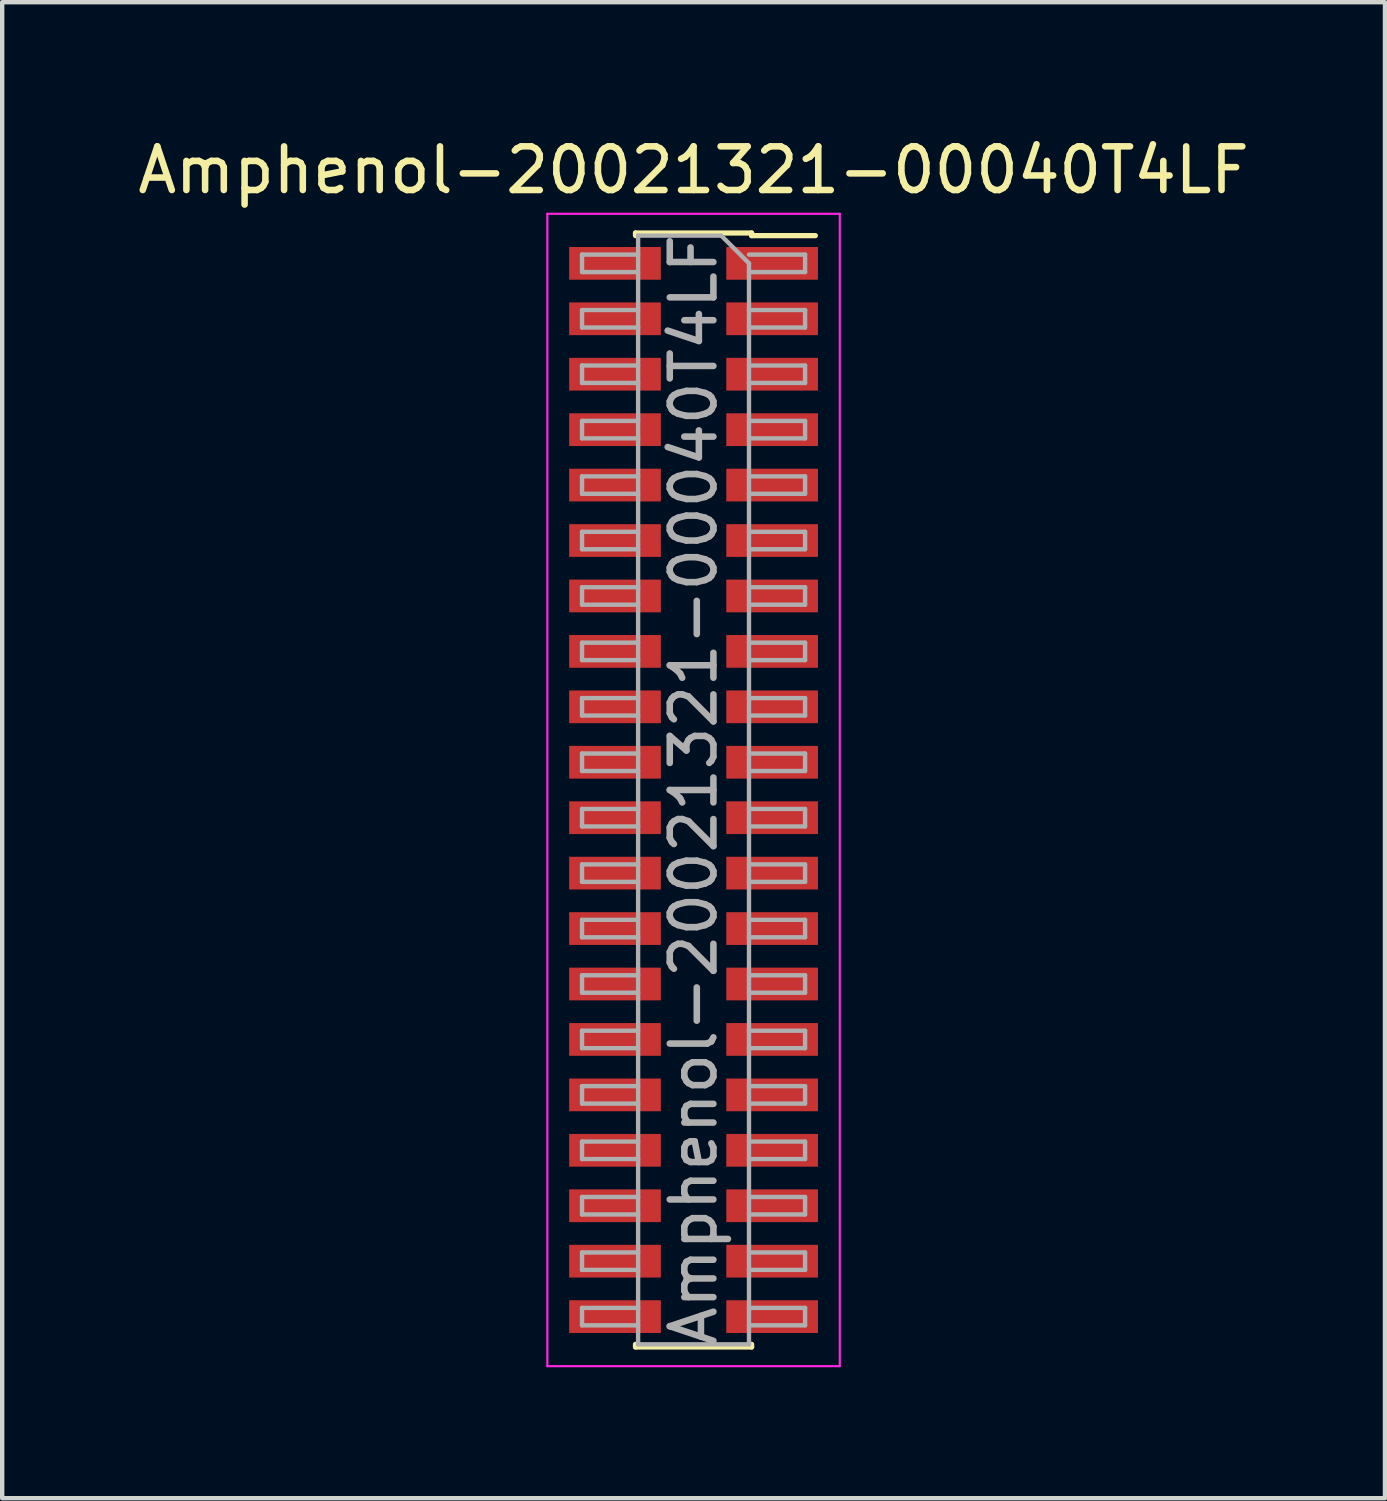
<source format=kicad_pcb>
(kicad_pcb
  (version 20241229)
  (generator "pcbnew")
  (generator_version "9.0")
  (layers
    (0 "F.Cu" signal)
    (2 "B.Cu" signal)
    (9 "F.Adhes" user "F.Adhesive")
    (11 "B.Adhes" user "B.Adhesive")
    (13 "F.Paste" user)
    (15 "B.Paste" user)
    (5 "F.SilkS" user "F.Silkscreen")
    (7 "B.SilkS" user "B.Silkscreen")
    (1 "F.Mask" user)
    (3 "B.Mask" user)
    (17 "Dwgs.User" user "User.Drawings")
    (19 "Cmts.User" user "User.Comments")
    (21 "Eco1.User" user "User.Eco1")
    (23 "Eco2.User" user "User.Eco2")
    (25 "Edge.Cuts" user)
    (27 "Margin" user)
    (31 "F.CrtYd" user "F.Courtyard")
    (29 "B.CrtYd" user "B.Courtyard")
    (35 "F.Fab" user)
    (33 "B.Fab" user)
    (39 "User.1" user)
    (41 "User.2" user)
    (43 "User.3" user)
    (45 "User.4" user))
  (footprint "Amphenol-20021321-00040T4LF"
    (layer "F.Cu")
    (at 12.839 15.048)
    (property "Reference" "Amphenol-20021321-00040T4LF" (at 0 -14.2 0) (layer "F.SilkS") (effects (font (size 1 1) (thickness 0.15))))
    (attr smd)
    (fp_line (start -1.33 -12.76) (end -1.33 -12.7) (stroke (width 0.12) (type solid)) (layer "F.SilkS"))
    (fp_line (start -1.33 -12.76) (end 1.33 -12.76) (stroke (width 0.12) (type solid)) (layer "F.SilkS"))
    (fp_line (start -1.33 12.7) (end -1.33 12.76) (stroke (width 0.12) (type solid)) (layer "F.SilkS"))
    (fp_line (start -1.33 12.76) (end 1.33 12.76) (stroke (width 0.12) (type solid)) (layer "F.SilkS"))
    (fp_line (start 1.33 -12.76) (end 1.33 -12.7) (stroke (width 0.12) (type solid)) (layer "F.SilkS"))
    (fp_line (start 1.33 -12.7) (end 2.79 -12.7) (stroke (width 0.12) (type solid)) (layer "F.SilkS"))
    (fp_line (start 1.33 12.7) (end 1.33 12.76) (stroke (width 0.12) (type solid)) (layer "F.SilkS"))
    (fp_line (start -3.35 -13.2) (end 3.35 -13.2) (stroke (width 0.05) (type solid)) (layer "F.CrtYd"))
    (fp_line (start -3.35 13.2) (end -3.35 -13.2) (stroke (width 0.05) (type solid)) (layer "F.CrtYd"))
    (fp_line (start 3.35 -13.2) (end 3.35 13.2) (stroke (width 0.05) (type solid)) (layer "F.CrtYd"))
    (fp_line (start 3.35 13.2) (end -3.35 13.2) (stroke (width 0.05) (type solid)) (layer "F.CrtYd"))
    (fp_line (start -2.555 -12.265) (end -1.27 -12.265) (stroke (width 0.1) (type solid)) (layer "F.Fab"))
    (fp_line (start -2.555 -11.865) (end -2.555 -12.265) (stroke (width 0.1) (type solid)) (layer "F.Fab"))
    (fp_line (start -2.555 -10.995) (end -1.27 -10.995) (stroke (width 0.1) (type solid)) (layer "F.Fab"))
    (fp_line (start -2.555 -10.595) (end -2.555 -10.995) (stroke (width 0.1) (type solid)) (layer "F.Fab"))
    (fp_line (start -2.555 -9.725) (end -1.27 -9.725) (stroke (width 0.1) (type solid)) (layer "F.Fab"))
    (fp_line (start -2.555 -9.325) (end -2.555 -9.725) (stroke (width 0.1) (type solid)) (layer "F.Fab"))
    (fp_line (start -2.555 -8.455) (end -1.27 -8.455) (stroke (width 0.1) (type solid)) (layer "F.Fab"))
    (fp_line (start -2.555 -8.055) (end -2.555 -8.455) (stroke (width 0.1) (type solid)) (layer "F.Fab"))
    (fp_line (start -2.555 -7.185) (end -1.27 -7.185) (stroke (width 0.1) (type solid)) (layer "F.Fab"))
    (fp_line (start -2.555 -6.785) (end -2.555 -7.185) (stroke (width 0.1) (type solid)) (layer "F.Fab"))
    (fp_line (start -2.555 -5.915) (end -1.27 -5.915) (stroke (width 0.1) (type solid)) (layer "F.Fab"))
    (fp_line (start -2.555 -5.515) (end -2.555 -5.915) (stroke (width 0.1) (type solid)) (layer "F.Fab"))
    (fp_line (start -2.555 -4.645) (end -1.27 -4.645) (stroke (width 0.1) (type solid)) (layer "F.Fab"))
    (fp_line (start -2.555 -4.245) (end -2.555 -4.645) (stroke (width 0.1) (type solid)) (layer "F.Fab"))
    (fp_line (start -2.555 -3.375) (end -1.27 -3.375) (stroke (width 0.1) (type solid)) (layer "F.Fab"))
    (fp_line (start -2.555 -2.975) (end -2.555 -3.375) (stroke (width 0.1) (type solid)) (layer "F.Fab"))
    (fp_line (start -2.555 -2.105) (end -1.27 -2.105) (stroke (width 0.1) (type solid)) (layer "F.Fab"))
    (fp_line (start -2.555 -1.705) (end -2.555 -2.105) (stroke (width 0.1) (type solid)) (layer "F.Fab"))
    (fp_line (start -2.555 -0.835) (end -1.27 -0.835) (stroke (width 0.1) (type solid)) (layer "F.Fab"))
    (fp_line (start -2.555 -0.435) (end -2.555 -0.835) (stroke (width 0.1) (type solid)) (layer "F.Fab"))
    (fp_line (start -2.555 0.435) (end -1.27 0.435) (stroke (width 0.1) (type solid)) (layer "F.Fab"))
    (fp_line (start -2.555 0.835) (end -2.555 0.435) (stroke (width 0.1) (type solid)) (layer "F.Fab"))
    (fp_line (start -2.555 1.705) (end -1.27 1.705) (stroke (width 0.1) (type solid)) (layer "F.Fab"))
    (fp_line (start -2.555 2.105) (end -2.555 1.705) (stroke (width 0.1) (type solid)) (layer "F.Fab"))
    (fp_line (start -2.555 2.975) (end -1.27 2.975) (stroke (width 0.1) (type solid)) (layer "F.Fab"))
    (fp_line (start -2.555 3.375) (end -2.555 2.975) (stroke (width 0.1) (type solid)) (layer "F.Fab"))
    (fp_line (start -2.555 4.245) (end -1.27 4.245) (stroke (width 0.1) (type solid)) (layer "F.Fab"))
    (fp_line (start -2.555 4.645) (end -2.555 4.245) (stroke (width 0.1) (type solid)) (layer "F.Fab"))
    (fp_line (start -2.555 5.515) (end -1.27 5.515) (stroke (width 0.1) (type solid)) (layer "F.Fab"))
    (fp_line (start -2.555 5.915) (end -2.555 5.515) (stroke (width 0.1) (type solid)) (layer "F.Fab"))
    (fp_line (start -2.555 6.785) (end -1.27 6.785) (stroke (width 0.1) (type solid)) (layer "F.Fab"))
    (fp_line (start -2.555 7.185) (end -2.555 6.785) (stroke (width 0.1) (type solid)) (layer "F.Fab"))
    (fp_line (start -2.555 8.055) (end -1.27 8.055) (stroke (width 0.1) (type solid)) (layer "F.Fab"))
    (fp_line (start -2.555 8.455) (end -2.555 8.055) (stroke (width 0.1) (type solid)) (layer "F.Fab"))
    (fp_line (start -2.555 9.325) (end -1.27 9.325) (stroke (width 0.1) (type solid)) (layer "F.Fab"))
    (fp_line (start -2.555 9.725) (end -2.555 9.325) (stroke (width 0.1) (type solid)) (layer "F.Fab"))
    (fp_line (start -2.555 10.595) (end -1.27 10.595) (stroke (width 0.1) (type solid)) (layer "F.Fab"))
    (fp_line (start -2.555 10.995) (end -2.555 10.595) (stroke (width 0.1) (type solid)) (layer "F.Fab"))
    (fp_line (start -2.555 11.865) (end -1.27 11.865) (stroke (width 0.1) (type solid)) (layer "F.Fab"))
    (fp_line (start -2.555 12.265) (end -2.555 11.865) (stroke (width 0.1) (type solid)) (layer "F.Fab"))
    (fp_line (start -1.27 -12.7) (end 0.635 -12.7) (stroke (width 0.1) (type solid)) (layer "F.Fab"))
    (fp_line (start -1.27 -11.865) (end -2.555 -11.865) (stroke (width 0.1) (type solid)) (layer "F.Fab"))
    (fp_line (start -1.27 -10.595) (end -2.555 -10.595) (stroke (width 0.1) (type solid)) (layer "F.Fab"))
    (fp_line (start -1.27 -9.325) (end -2.555 -9.325) (stroke (width 0.1) (type solid)) (layer "F.Fab"))
    (fp_line (start -1.27 -8.055) (end -2.555 -8.055) (stroke (width 0.1) (type solid)) (layer "F.Fab"))
    (fp_line (start -1.27 -6.785) (end -2.555 -6.785) (stroke (width 0.1) (type solid)) (layer "F.Fab"))
    (fp_line (start -1.27 -5.515) (end -2.555 -5.515) (stroke (width 0.1) (type solid)) (layer "F.Fab"))
    (fp_line (start -1.27 -4.245) (end -2.555 -4.245) (stroke (width 0.1) (type solid)) (layer "F.Fab"))
    (fp_line (start -1.27 -2.975) (end -2.555 -2.975) (stroke (width 0.1) (type solid)) (layer "F.Fab"))
    (fp_line (start -1.27 -1.705) (end -2.555 -1.705) (stroke (width 0.1) (type solid)) (layer "F.Fab"))
    (fp_line (start -1.27 -0.435) (end -2.555 -0.435) (stroke (width 0.1) (type solid)) (layer "F.Fab"))
    (fp_line (start -1.27 0.835) (end -2.555 0.835) (stroke (width 0.1) (type solid)) (layer "F.Fab"))
    (fp_line (start -1.27 2.105) (end -2.555 2.105) (stroke (width 0.1) (type solid)) (layer "F.Fab"))
    (fp_line (start -1.27 3.375) (end -2.555 3.375) (stroke (width 0.1) (type solid)) (layer "F.Fab"))
    (fp_line (start -1.27 4.645) (end -2.555 4.645) (stroke (width 0.1) (type solid)) (layer "F.Fab"))
    (fp_line (start -1.27 5.915) (end -2.555 5.915) (stroke (width 0.1) (type solid)) (layer "F.Fab"))
    (fp_line (start -1.27 7.185) (end -2.555 7.185) (stroke (width 0.1) (type solid)) (layer "F.Fab"))
    (fp_line (start -1.27 8.455) (end -2.555 8.455) (stroke (width 0.1) (type solid)) (layer "F.Fab"))
    (fp_line (start -1.27 9.725) (end -2.555 9.725) (stroke (width 0.1) (type solid)) (layer "F.Fab"))
    (fp_line (start -1.27 10.995) (end -2.555 10.995) (stroke (width 0.1) (type solid)) (layer "F.Fab"))
    (fp_line (start -1.27 12.265) (end -2.555 12.265) (stroke (width 0.1) (type solid)) (layer "F.Fab"))
    (fp_line (start -1.27 12.7) (end -1.27 -12.7) (stroke (width 0.1) (type solid)) (layer "F.Fab"))
    (fp_line (start 0.635 -12.7) (end 1.27 -12.065) (stroke (width 0.1) (type solid)) (layer "F.Fab"))
    (fp_line (start 1.27 -12.265) (end 2.555 -12.265) (stroke (width 0.1) (type solid)) (layer "F.Fab"))
    (fp_line (start 1.27 -12.065) (end 1.27 12.7) (stroke (width 0.1) (type solid)) (layer "F.Fab"))
    (fp_line (start 1.27 -10.995) (end 2.555 -10.995) (stroke (width 0.1) (type solid)) (layer "F.Fab"))
    (fp_line (start 1.27 -9.725) (end 2.555 -9.725) (stroke (width 0.1) (type solid)) (layer "F.Fab"))
    (fp_line (start 1.27 -8.455) (end 2.555 -8.455) (stroke (width 0.1) (type solid)) (layer "F.Fab"))
    (fp_line (start 1.27 -7.185) (end 2.555 -7.185) (stroke (width 0.1) (type solid)) (layer "F.Fab"))
    (fp_line (start 1.27 -5.915) (end 2.555 -5.915) (stroke (width 0.1) (type solid)) (layer "F.Fab"))
    (fp_line (start 1.27 -4.645) (end 2.555 -4.645) (stroke (width 0.1) (type solid)) (layer "F.Fab"))
    (fp_line (start 1.27 -3.375) (end 2.555 -3.375) (stroke (width 0.1) (type solid)) (layer "F.Fab"))
    (fp_line (start 1.27 -2.105) (end 2.555 -2.105) (stroke (width 0.1) (type solid)) (layer "F.Fab"))
    (fp_line (start 1.27 -0.835) (end 2.555 -0.835) (stroke (width 0.1) (type solid)) (layer "F.Fab"))
    (fp_line (start 1.27 0.435) (end 2.555 0.435) (stroke (width 0.1) (type solid)) (layer "F.Fab"))
    (fp_line (start 1.27 1.705) (end 2.555 1.705) (stroke (width 0.1) (type solid)) (layer "F.Fab"))
    (fp_line (start 1.27 2.975) (end 2.555 2.975) (stroke (width 0.1) (type solid)) (layer "F.Fab"))
    (fp_line (start 1.27 4.245) (end 2.555 4.245) (stroke (width 0.1) (type solid)) (layer "F.Fab"))
    (fp_line (start 1.27 5.515) (end 2.555 5.515) (stroke (width 0.1) (type solid)) (layer "F.Fab"))
    (fp_line (start 1.27 6.785) (end 2.555 6.785) (stroke (width 0.1) (type solid)) (layer "F.Fab"))
    (fp_line (start 1.27 8.055) (end 2.555 8.055) (stroke (width 0.1) (type solid)) (layer "F.Fab"))
    (fp_line (start 1.27 9.325) (end 2.555 9.325) (stroke (width 0.1) (type solid)) (layer "F.Fab"))
    (fp_line (start 1.27 10.595) (end 2.555 10.595) (stroke (width 0.1) (type solid)) (layer "F.Fab"))
    (fp_line (start 1.27 11.865) (end 2.555 11.865) (stroke (width 0.1) (type solid)) (layer "F.Fab"))
    (fp_line (start 1.27 12.7) (end -1.27 12.7) (stroke (width 0.1) (type solid)) (layer "F.Fab"))
    (fp_line (start 2.555 -12.265) (end 2.555 -11.865) (stroke (width 0.1) (type solid)) (layer "F.Fab"))
    (fp_line (start 2.555 -11.865) (end 1.27 -11.865) (stroke (width 0.1) (type solid)) (layer "F.Fab"))
    (fp_line (start 2.555 -10.995) (end 2.555 -10.595) (stroke (width 0.1) (type solid)) (layer "F.Fab"))
    (fp_line (start 2.555 -10.595) (end 1.27 -10.595) (stroke (width 0.1) (type solid)) (layer "F.Fab"))
    (fp_line (start 2.555 -9.725) (end 2.555 -9.325) (stroke (width 0.1) (type solid)) (layer "F.Fab"))
    (fp_line (start 2.555 -9.325) (end 1.27 -9.325) (stroke (width 0.1) (type solid)) (layer "F.Fab"))
    (fp_line (start 2.555 -8.455) (end 2.555 -8.055) (stroke (width 0.1) (type solid)) (layer "F.Fab"))
    (fp_line (start 2.555 -8.055) (end 1.27 -8.055) (stroke (width 0.1) (type solid)) (layer "F.Fab"))
    (fp_line (start 2.555 -7.185) (end 2.555 -6.785) (stroke (width 0.1) (type solid)) (layer "F.Fab"))
    (fp_line (start 2.555 -6.785) (end 1.27 -6.785) (stroke (width 0.1) (type solid)) (layer "F.Fab"))
    (fp_line (start 2.555 -5.915) (end 2.555 -5.515) (stroke (width 0.1) (type solid)) (layer "F.Fab"))
    (fp_line (start 2.555 -5.515) (end 1.27 -5.515) (stroke (width 0.1) (type solid)) (layer "F.Fab"))
    (fp_line (start 2.555 -4.645) (end 2.555 -4.245) (stroke (width 0.1) (type solid)) (layer "F.Fab"))
    (fp_line (start 2.555 -4.245) (end 1.27 -4.245) (stroke (width 0.1) (type solid)) (layer "F.Fab"))
    (fp_line (start 2.555 -3.375) (end 2.555 -2.975) (stroke (width 0.1) (type solid)) (layer "F.Fab"))
    (fp_line (start 2.555 -2.975) (end 1.27 -2.975) (stroke (width 0.1) (type solid)) (layer "F.Fab"))
    (fp_line (start 2.555 -2.105) (end 2.555 -1.705) (stroke (width 0.1) (type solid)) (layer "F.Fab"))
    (fp_line (start 2.555 -1.705) (end 1.27 -1.705) (stroke (width 0.1) (type solid)) (layer "F.Fab"))
    (fp_line (start 2.555 -0.835) (end 2.555 -0.435) (stroke (width 0.1) (type solid)) (layer "F.Fab"))
    (fp_line (start 2.555 -0.435) (end 1.27 -0.435) (stroke (width 0.1) (type solid)) (layer "F.Fab"))
    (fp_line (start 2.555 0.435) (end 2.555 0.835) (stroke (width 0.1) (type solid)) (layer "F.Fab"))
    (fp_line (start 2.555 0.835) (end 1.27 0.835) (stroke (width 0.1) (type solid)) (layer "F.Fab"))
    (fp_line (start 2.555 1.705) (end 2.555 2.105) (stroke (width 0.1) (type solid)) (layer "F.Fab"))
    (fp_line (start 2.555 2.105) (end 1.27 2.105) (stroke (width 0.1) (type solid)) (layer "F.Fab"))
    (fp_line (start 2.555 2.975) (end 2.555 3.375) (stroke (width 0.1) (type solid)) (layer "F.Fab"))
    (fp_line (start 2.555 3.375) (end 1.27 3.375) (stroke (width 0.1) (type solid)) (layer "F.Fab"))
    (fp_line (start 2.555 4.245) (end 2.555 4.645) (stroke (width 0.1) (type solid)) (layer "F.Fab"))
    (fp_line (start 2.555 4.645) (end 1.27 4.645) (stroke (width 0.1) (type solid)) (layer "F.Fab"))
    (fp_line (start 2.555 5.515) (end 2.555 5.915) (stroke (width 0.1) (type solid)) (layer "F.Fab"))
    (fp_line (start 2.555 5.915) (end 1.27 5.915) (stroke (width 0.1) (type solid)) (layer "F.Fab"))
    (fp_line (start 2.555 6.785) (end 2.555 7.185) (stroke (width 0.1) (type solid)) (layer "F.Fab"))
    (fp_line (start 2.555 7.185) (end 1.27 7.185) (stroke (width 0.1) (type solid)) (layer "F.Fab"))
    (fp_line (start 2.555 8.055) (end 2.555 8.455) (stroke (width 0.1) (type solid)) (layer "F.Fab"))
    (fp_line (start 2.555 8.455) (end 1.27 8.455) (stroke (width 0.1) (type solid)) (layer "F.Fab"))
    (fp_line (start 2.555 9.325) (end 2.555 9.725) (stroke (width 0.1) (type solid)) (layer "F.Fab"))
    (fp_line (start 2.555 9.725) (end 1.27 9.725) (stroke (width 0.1) (type solid)) (layer "F.Fab"))
    (fp_line (start 2.555 10.595) (end 2.555 10.995) (stroke (width 0.1) (type solid)) (layer "F.Fab"))
    (fp_line (start 2.555 10.995) (end 1.27 10.995) (stroke (width 0.1) (type solid)) (layer "F.Fab"))
    (fp_line (start 2.555 11.865) (end 2.555 12.265) (stroke (width 0.1) (type solid)) (layer "F.Fab"))
    (fp_line (start 2.555 12.265) (end 1.27 12.265) (stroke (width 0.1) (type solid)) (layer "F.Fab"))
    (fp_text user "${REFERENCE}" (at 0 0 90) (layer "F.Fab") (effects (font (size 1 1) (thickness 0.15))))
    (pad "1" smd rect (at 1.8 -12.065) (size 2.1 0.75) (layers "F.Cu" "F.Mask" "F.Paste"))
    (pad "2" smd rect (at -1.8 -12.065) (size 2.1 0.75) (layers "F.Cu" "F.Mask" "F.Paste"))
    (pad "3" smd rect (at 1.8 -10.795) (size 2.1 0.75) (layers "F.Cu" "F.Mask" "F.Paste"))
    (pad "4" smd rect (at -1.8 -10.795) (size 2.1 0.75) (layers "F.Cu" "F.Mask" "F.Paste"))
    (pad "5" smd rect (at 1.8 -9.525) (size 2.1 0.75) (layers "F.Cu" "F.Mask" "F.Paste"))
    (pad "6" smd rect (at -1.8 -9.525) (size 2.1 0.75) (layers "F.Cu" "F.Mask" "F.Paste"))
    (pad "7" smd rect (at 1.8 -8.255) (size 2.1 0.75) (layers "F.Cu" "F.Mask" "F.Paste"))
    (pad "8" smd rect (at -1.8 -8.255) (size 2.1 0.75) (layers "F.Cu" "F.Mask" "F.Paste"))
    (pad "9" smd rect (at 1.8 -6.985) (size 2.1 0.75) (layers "F.Cu" "F.Mask" "F.Paste"))
    (pad "10" smd rect (at -1.8 -6.985) (size 2.1 0.75) (layers "F.Cu" "F.Mask" "F.Paste"))
    (pad "11" smd rect (at 1.8 -5.715) (size 2.1 0.75) (layers "F.Cu" "F.Mask" "F.Paste"))
    (pad "12" smd rect (at -1.8 -5.715) (size 2.1 0.75) (layers "F.Cu" "F.Mask" "F.Paste"))
    (pad "13" smd rect (at 1.8 -4.445) (size 2.1 0.75) (layers "F.Cu" "F.Mask" "F.Paste"))
    (pad "14" smd rect (at -1.8 -4.445) (size 2.1 0.75) (layers "F.Cu" "F.Mask" "F.Paste"))
    (pad "15" smd rect (at 1.8 -3.175) (size 2.1 0.75) (layers "F.Cu" "F.Mask" "F.Paste"))
    (pad "16" smd rect (at -1.8 -3.175) (size 2.1 0.75) (layers "F.Cu" "F.Mask" "F.Paste"))
    (pad "17" smd rect (at 1.8 -1.905) (size 2.1 0.75) (layers "F.Cu" "F.Mask" "F.Paste"))
    (pad "18" smd rect (at -1.8 -1.905) (size 2.1 0.75) (layers "F.Cu" "F.Mask" "F.Paste"))
    (pad "19" smd rect (at 1.8 -0.635) (size 2.1 0.75) (layers "F.Cu" "F.Mask" "F.Paste"))
    (pad "20" smd rect (at -1.8 -0.635) (size 2.1 0.75) (layers "F.Cu" "F.Mask" "F.Paste"))
    (pad "21" smd rect (at 1.8 0.635) (size 2.1 0.75) (layers "F.Cu" "F.Mask" "F.Paste"))
    (pad "22" smd rect (at -1.8 0.635) (size 2.1 0.75) (layers "F.Cu" "F.Mask" "F.Paste"))
    (pad "23" smd rect (at 1.8 1.905) (size 2.1 0.75) (layers "F.Cu" "F.Mask" "F.Paste"))
    (pad "24" smd rect (at -1.8 1.905) (size 2.1 0.75) (layers "F.Cu" "F.Mask" "F.Paste"))
    (pad "25" smd rect (at 1.8 3.175) (size 2.1 0.75) (layers "F.Cu" "F.Mask" "F.Paste"))
    (pad "26" smd rect (at -1.8 3.175) (size 2.1 0.75) (layers "F.Cu" "F.Mask" "F.Paste"))
    (pad "27" smd rect (at 1.8 4.445) (size 2.1 0.75) (layers "F.Cu" "F.Mask" "F.Paste"))
    (pad "28" smd rect (at -1.8 4.445) (size 2.1 0.75) (layers "F.Cu" "F.Mask" "F.Paste"))
    (pad "29" smd rect (at 1.8 5.715) (size 2.1 0.75) (layers "F.Cu" "F.Mask" "F.Paste"))
    (pad "30" smd rect (at -1.8 5.715) (size 2.1 0.75) (layers "F.Cu" "F.Mask" "F.Paste"))
    (pad "31" smd rect (at 1.8 6.985) (size 2.1 0.75) (layers "F.Cu" "F.Mask" "F.Paste"))
    (pad "32" smd rect (at -1.8 6.985) (size 2.1 0.75) (layers "F.Cu" "F.Mask" "F.Paste"))
    (pad "33" smd rect (at 1.8 8.255) (size 2.1 0.75) (layers "F.Cu" "F.Mask" "F.Paste"))
    (pad "34" smd rect (at -1.8 8.255) (size 2.1 0.75) (layers "F.Cu" "F.Mask" "F.Paste"))
    (pad "35" smd rect (at 1.8 9.525) (size 2.1 0.75) (layers "F.Cu" "F.Mask" "F.Paste"))
    (pad "36" smd rect (at -1.8 9.525) (size 2.1 0.75) (layers "F.Cu" "F.Mask" "F.Paste"))
    (pad "37" smd rect (at 1.8 10.795) (size 2.1 0.75) (layers "F.Cu" "F.Mask" "F.Paste"))
    (pad "38" smd rect (at -1.8 10.795) (size 2.1 0.75) (layers "F.Cu" "F.Mask" "F.Paste"))
    (pad "39" smd rect (at 1.8 12.065) (size 2.1 0.75) (layers "F.Cu" "F.Mask" "F.Paste"))
    (pad "40" smd rect (at -1.8 12.065) (size 2.1 0.75) (layers "F.Cu" "F.Mask" "F.Paste")))
  (gr_rect
    (start -3 -3)
    (end 28.679 31.273)
    (stroke (width 0.1) (type default))
    (fill no)
    (layer "Edge.Cuts")))
</source>
